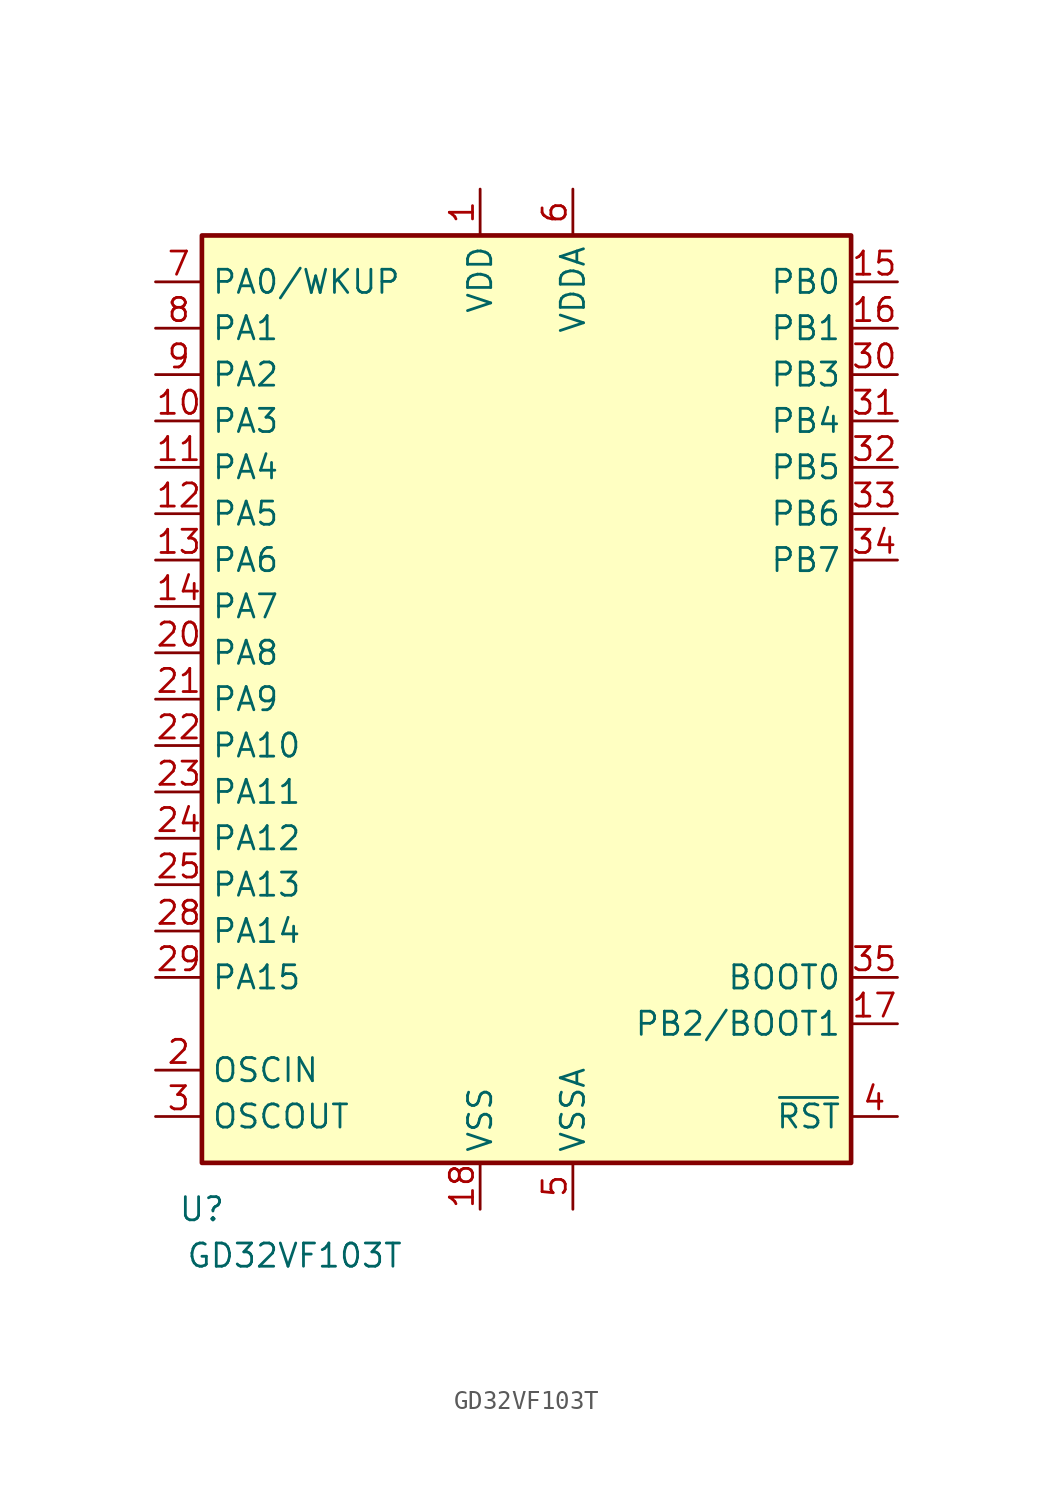
<source format=kicad_sym>
(kicad_symbol_lib
  (version 20211014)
  (generator kicad_symbol_editor)
  (symbol "GD32VF103T"
    (property "Reference" "U"
      (at -17.78 -27.94 0)
      (effects (font (size 1.27 1.27))))
    (property "Value" "GD32VF103T"
      (at -12.7 -30.48 0)
      (effects (font (size 1.27 1.27))))
    (symbol "GD32VF103T_0_1"
      (rectangle (start -17.78 25.4) (end 17.78 -25.4) (stroke (width 0.254) (type default) (color 0 0 0 0)) (fill (type background))))
    (symbol "GD32VF103T_1_1"
      (pin power_in line (at -2.54 27.94 270) (length 2.54) (name "VDD" (effects (font (size 1.27 1.27)))) (number "1" (effects (font (size 1.27 1.27)))))
      (pin bidirectional line (at -20.32 15.24 0) (length 2.54) (name "PA3" (effects (font (size 1.27 1.27)))) (number "10" (effects (font (size 1.27 1.27)))))
      (pin bidirectional line (at -20.32 12.7 0) (length 2.54) (name "PA4" (effects (font (size 1.27 1.27)))) (number "11" (effects (font (size 1.27 1.27)))))
      (pin bidirectional line (at -20.32 10.16 0) (length 2.54) (name "PA5" (effects (font (size 1.27 1.27)))) (number "12" (effects (font (size 1.27 1.27)))))
      (pin bidirectional line (at -20.32 7.62 0) (length 2.54) (name "PA6" (effects (font (size 1.27 1.27)))) (number "13" (effects (font (size 1.27 1.27)))))
      (pin bidirectional line (at -20.32 5.08 0) (length 2.54) (name "PA7" (effects (font (size 1.27 1.27)))) (number "14" (effects (font (size 1.27 1.27)))))
      (pin bidirectional line (at 20.32 22.86 180) (length 2.54) (name "PB0" (effects (font (size 1.27 1.27)))) (number "15" (effects (font (size 1.27 1.27)))))
      (pin bidirectional line (at 20.32 20.32 180) (length 2.54) (name "PB1" (effects (font (size 1.27 1.27)))) (number "16" (effects (font (size 1.27 1.27)))))
      (pin bidirectional line (at 20.32 -17.78 180) (length 2.54) (name "PB2/BOOT1" (effects (font (size 1.27 1.27)))) (number "17" (effects (font (size 1.27 1.27)))))
      (pin power_in line (at -2.54 -27.94 90) (length 2.54) (name "VSS" (effects (font (size 1.27 1.27)))) (number "18" (effects (font (size 1.27 1.27)))))
      (pin passive line (at -2.54 27.94 270) (length 2.54) hide (name "VDD" (effects (font (size 1.27 1.27)))) (number "19" (effects (font (size 1.27 1.27)))))
      (pin input line (at -20.32 -20.32 0) (length 2.54) (name "OSCIN" (effects (font (size 1.27 1.27)))) (number "2" (effects (font (size 1.27 1.27)))))
      (pin bidirectional line (at -20.32 2.54 0) (length 2.54) (name "PA8" (effects (font (size 1.27 1.27)))) (number "20" (effects (font (size 1.27 1.27)))))
      (pin bidirectional line (at -20.32 0 0) (length 2.54) (name "PA9" (effects (font (size 1.27 1.27)))) (number "21" (effects (font (size 1.27 1.27)))))
      (pin bidirectional line (at -20.32 -2.54 0) (length 2.54) (name "PA10" (effects (font (size 1.27 1.27)))) (number "22" (effects (font (size 1.27 1.27)))))
      (pin bidirectional line (at -20.32 -5.08 0) (length 2.54) (name "PA11" (effects (font (size 1.27 1.27)))) (number "23" (effects (font (size 1.27 1.27)))))
      (pin bidirectional line (at -20.32 -7.62 0) (length 2.54) (name "PA12" (effects (font (size 1.27 1.27)))) (number "24" (effects (font (size 1.27 1.27)))))
      (pin bidirectional line (at -20.32 -10.16 0) (length 2.54) (name "PA13" (effects (font (size 1.27 1.27)))) (number "25" (effects (font (size 1.27 1.27)))))
      (pin passive line (at -2.54 -27.94 90) (length 2.54) hide (name "VSS" (effects (font (size 1.27 1.27)))) (number "26" (effects (font (size 1.27 1.27)))))
      (pin passive line (at -2.54 27.94 270) (length 2.54) hide (name "VDD" (effects (font (size 1.27 1.27)))) (number "27" (effects (font (size 1.27 1.27)))))
      (pin bidirectional line (at -20.32 -12.7 0) (length 2.54) (name "PA14" (effects (font (size 1.27 1.27)))) (number "28" (effects (font (size 1.27 1.27)))))
      (pin bidirectional line (at -20.32 -15.24 0) (length 2.54) (name "PA15" (effects (font (size 1.27 1.27)))) (number "29" (effects (font (size 1.27 1.27)))))
      (pin output line (at -20.32 -22.86 0) (length 2.54) (name "OSCOUT" (effects (font (size 1.27 1.27)))) (number "3" (effects (font (size 1.27 1.27)))))
      (pin bidirectional line (at 20.32 17.78 180) (length 2.54) (name "PB3" (effects (font (size 1.27 1.27)))) (number "30" (effects (font (size 1.27 1.27)))))
      (pin bidirectional line (at 20.32 15.24 180) (length 2.54) (name "PB4" (effects (font (size 1.27 1.27)))) (number "31" (effects (font (size 1.27 1.27)))))
      (pin bidirectional line (at 20.32 12.7 180) (length 2.54) (name "PB5" (effects (font (size 1.27 1.27)))) (number "32" (effects (font (size 1.27 1.27)))))
      (pin bidirectional line (at 20.32 10.16 180) (length 2.54) (name "PB6" (effects (font (size 1.27 1.27)))) (number "33" (effects (font (size 1.27 1.27)))))
      (pin bidirectional line (at 20.32 7.62 180) (length 2.54) (name "PB7" (effects (font (size 1.27 1.27)))) (number "34" (effects (font (size 1.27 1.27)))))
      (pin input line (at 20.32 -15.24 180) (length 2.54) (name "BOOT0" (effects (font (size 1.27 1.27)))) (number "35" (effects (font (size 1.27 1.27)))))
      (pin passive line (at -2.54 -27.94 90) (length 2.54) hide (name "VSS" (effects (font (size 1.27 1.27)))) (number "36" (effects (font (size 1.27 1.27)))))
      (pin input line (at 20.32 -22.86 180) (length 2.54) (name "~{RST}" (effects (font (size 1.27 1.27)))) (number "4" (effects (font (size 1.27 1.27)))))
      (pin power_in line (at 2.54 -27.94 90) (length 2.54) (name "VSSA" (effects (font (size 1.27 1.27)))) (number "5" (effects (font (size 1.27 1.27)))))
      (pin power_in line (at 2.54 27.94 270) (length 2.54) (name "VDDA" (effects (font (size 1.27 1.27)))) (number "6" (effects (font (size 1.27 1.27)))))
      (pin bidirectional line (at -20.32 22.86 0) (length 2.54) (name "PA0/WKUP" (effects (font (size 1.27 1.27)))) (number "7" (effects (font (size 1.27 1.27)))))
      (pin bidirectional line (at -20.32 20.32 0) (length 2.54) (name "PA1" (effects (font (size 1.27 1.27)))) (number "8" (effects (font (size 1.27 1.27)))))
      (pin bidirectional line (at -20.32 17.78 0) (length 2.54) (name "PA2" (effects (font (size 1.27 1.27)))) (number "9" (effects (font (size 1.27 1.27))))))))
</source>
